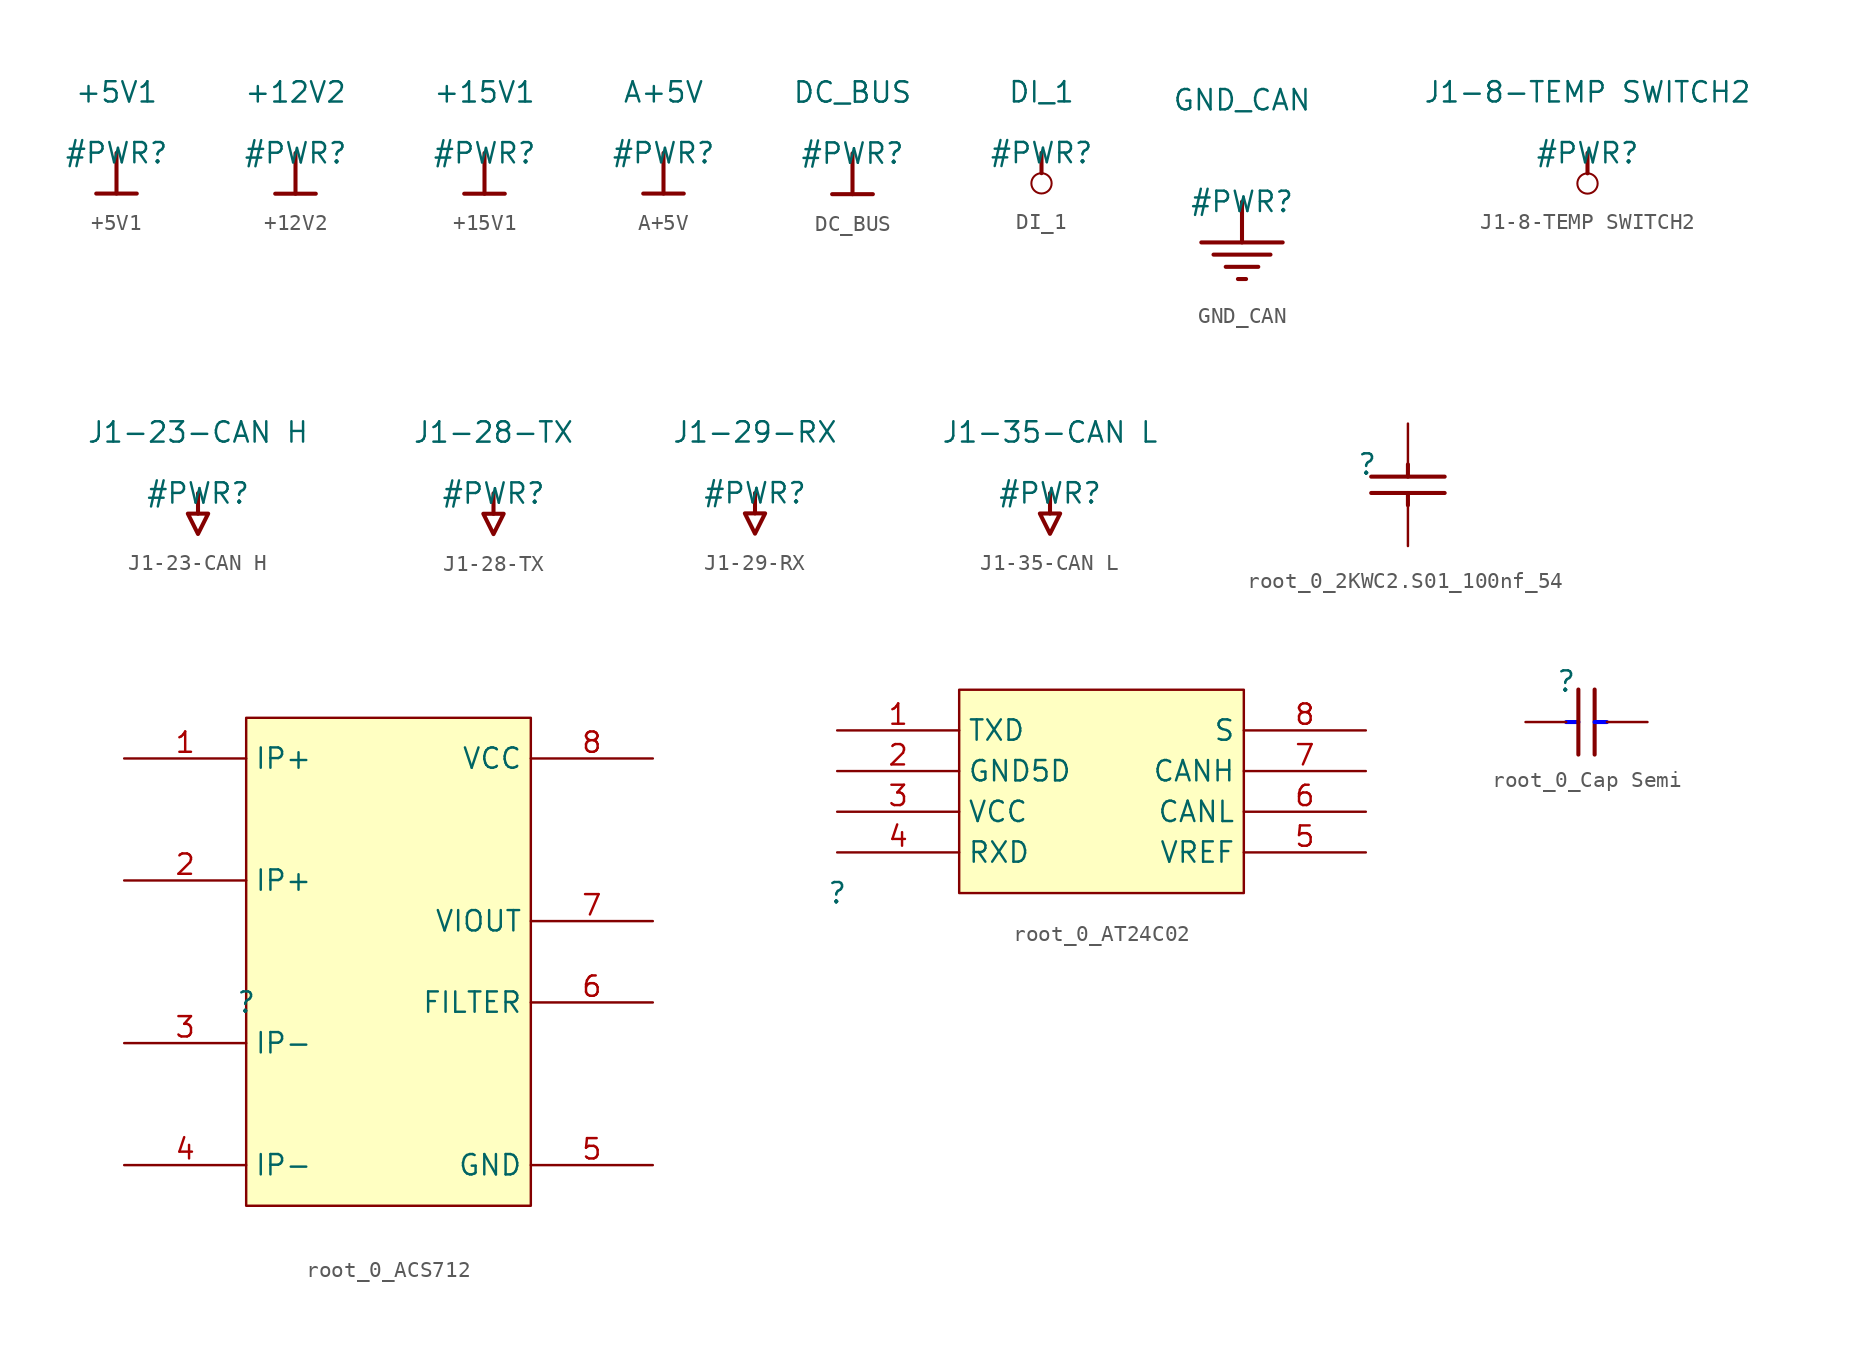
<source format=kicad_sym>
(kicad_symbol_lib
  (version 20220914)
  (generator kicad_symbol_editor)
  (symbol "+5V1"
    (power)
    (property "Reference" "#PWR"
      (at 0 0 0)
      (effects (font (size 1.27 1.27))))
    (property "Value" "+5V1"
      (at 0 3.81 0)
      (effects (font (size 1.27 1.27))))
    (symbol "+5V1_0_0"
      (polyline (pts (xy -1.27 -2.54) (xy 1.27 -2.54)) (stroke (width 0.254) (type solid)) (fill (type none)))
      (polyline (pts (xy 0 0) (xy 0 -2.54)) (stroke (width 0.254) (type solid)) (fill (type none)))
      (pin power_in line (at 0 0 0) (length 0) hide (name "+5V1" (effects (font (size 1.27 1.27)))) (number "" (effects (font (size 1.27 1.27)))))))
  (symbol "+12V2"
    (power)
    (property "Reference" "#PWR"
      (at 0 0 0)
      (effects (font (size 1.27 1.27))))
    (property "Value" "+12V2"
      (at 0 3.81 0)
      (effects (font (size 1.27 1.27))))
    (symbol "+12V2_0_0"
      (polyline (pts (xy -1.27 -2.54) (xy 1.27 -2.54)) (stroke (width 0.254) (type solid)) (fill (type none)))
      (polyline (pts (xy 0 0) (xy 0 -2.54)) (stroke (width 0.254) (type solid)) (fill (type none)))
      (pin power_in line (at 0 0 0) (length 0) hide (name "+12V2" (effects (font (size 1.27 1.27)))) (number "" (effects (font (size 1.27 1.27)))))))
  (symbol "+15V1"
    (power)
    (property "Reference" "#PWR"
      (at 0 0 0)
      (effects (font (size 1.27 1.27))))
    (property "Value" "+15V1"
      (at 0 3.81 0)
      (effects (font (size 1.27 1.27))))
    (symbol "+15V1_0_0"
      (polyline (pts (xy -1.27 -2.54) (xy 1.27 -2.54)) (stroke (width 0.254) (type solid)) (fill (type none)))
      (polyline (pts (xy 0 0) (xy 0 -2.54)) (stroke (width 0.254) (type solid)) (fill (type none)))
      (pin power_in line (at 0 0 0) (length 0) hide (name "+15V1" (effects (font (size 1.27 1.27)))) (number "" (effects (font (size 1.27 1.27)))))))
  (symbol "A+5V"
    (power)
    (property "Reference" "#PWR"
      (at 0 0 0)
      (effects (font (size 1.27 1.27))))
    (property "Value" "A+5V"
      (at 0 3.81 0)
      (effects (font (size 1.27 1.27))))
    (symbol "A+5V_0_0"
      (polyline (pts (xy -1.27 -2.54) (xy 1.27 -2.54)) (stroke (width 0.254) (type solid)) (fill (type none)))
      (polyline (pts (xy 0 0) (xy 0 -2.54)) (stroke (width 0.254) (type solid)) (fill (type none)))
      (pin power_in line (at 0 0 0) (length 0) hide (name "A+5V" (effects (font (size 1.27 1.27)))) (number "" (effects (font (size 1.27 1.27)))))))
  (symbol "DC_BUS"
    (power)
    (property "Reference" "#PWR"
      (at 0 0 0)
      (effects (font (size 1.27 1.27))))
    (property "Value" "DC_BUS"
      (at 0 3.81 0)
      (effects (font (size 1.27 1.27))))
    (symbol "DC_BUS_0_0"
      (polyline (pts (xy -1.27 -2.54) (xy 1.27 -2.54)) (stroke (width 0.254) (type solid)) (fill (type none)))
      (polyline (pts (xy 0 0) (xy 0 -2.54)) (stroke (width 0.254) (type solid)) (fill (type none)))
      (pin power_in line (at 0 0 0) (length 0) hide (name "DC_BUS" (effects (font (size 1.27 1.27)))) (number "" (effects (font (size 1.27 1.27)))))))
  (symbol "DI_1"
    (power)
    (property "Reference" "#PWR"
      (at 0 0 0)
      (effects (font (size 1.27 1.27))))
    (property "Value" "DI_1"
      (at 0 3.81 0)
      (effects (font (size 1.27 1.27))))
    (symbol "DI_1_0_0"
      (circle (center 0 -1.905) (radius 0.635) (stroke (width 0.127) (type solid)) (fill (type none)))
      (polyline (pts (xy 0 0) (xy 0 -1.27)) (stroke (width 0.254) (type solid)) (fill (type none)))
      (pin power_in line (at 0 0 0) (length 0) hide (name "DI_1" (effects (font (size 1.27 1.27)))) (number "" (effects (font (size 1.27 1.27)))))))
  (symbol "GND_CAN"
    (power)
    (property "Reference" "#PWR"
      (at 0 0 0)
      (effects (font (size 1.27 1.27))))
    (property "Value" "GND_CAN"
      (at 0 6.35 0)
      (effects (font (size 1.27 1.27))))
    (symbol "GND_CAN_0_0"
      (polyline (pts (xy -2.54 -2.54) (xy 2.54 -2.54)) (stroke (width 0.254) (type solid)) (fill (type none)))
      (polyline (pts (xy -1.778 -3.302) (xy 1.778 -3.302)) (stroke (width 0.254) (type solid)) (fill (type none)))
      (polyline (pts (xy -1.016 -4.064) (xy 1.016 -4.064)) (stroke (width 0.254) (type solid)) (fill (type none)))
      (polyline (pts (xy -0.254 -4.826) (xy 0.254 -4.826)) (stroke (width 0.254) (type solid)) (fill (type none)))
      (polyline (pts (xy 0 0) (xy 0 -2.54)) (stroke (width 0.254) (type solid)) (fill (type none)))
      (pin power_in line (at 0 0 0) (length 0) hide (name "GND_CAN" (effects (font (size 1.27 1.27)))) (number "" (effects (font (size 1.27 1.27)))))))
  (symbol "J1-8-TEMP SWITCH2"
    (power)
    (property "Reference" "#PWR"
      (at 0 0 0)
      (effects (font (size 1.27 1.27))))
    (property "Value" "J1-8-TEMP SWITCH2"
      (at 0 3.81 0)
      (effects (font (size 1.27 1.27))))
    (symbol "J1-8-TEMP SWITCH2_0_0"
      (circle (center 0 -1.905) (radius 0.635) (stroke (width 0.127) (type solid)) (fill (type none)))
      (polyline (pts (xy 0 0) (xy 0 -1.27)) (stroke (width 0.254) (type solid)) (fill (type none)))
      (pin power_in line (at 0 0 0) (length 0) hide (name "J1-8-TEMP_SWITCH2" (effects (font (size 1.27 1.27)))) (number "" (effects (font (size 1.27 1.27)))))))
  (symbol "J1-23-CAN H"
    (power)
    (property "Reference" "#PWR"
      (at 0 0 0)
      (effects (font (size 1.27 1.27))))
    (property "Value" "J1-23-CAN H"
      (at 0 3.81 0)
      (effects (font (size 1.27 1.27))))
    (symbol "J1-23-CAN H_0_0"
      (polyline (pts (xy 0 0) (xy 0 -1.27)) (stroke (width 0.254) (type solid)) (fill (type none)))
      (polyline (pts (xy -0.635 -1.27) (xy 0.635 -1.27) (xy 0 -2.54) (xy -0.635 -1.27)) (stroke (width 0.254) (type solid)) (fill (type none)))
      (pin power_in line (at 0 0 0) (length 0) hide (name "J1-23-CAN_H" (effects (font (size 1.27 1.27)))) (number "" (effects (font (size 1.27 1.27)))))))
  (symbol "J1-28-TX"
    (power)
    (property "Reference" "#PWR"
      (at 0 0 0)
      (effects (font (size 1.27 1.27))))
    (property "Value" "J1-28-TX"
      (at 0 3.81 0)
      (effects (font (size 1.27 1.27))))
    (symbol "J1-28-TX_0_0"
      (polyline (pts (xy 0 0) (xy 0 -1.27)) (stroke (width 0.254) (type solid)) (fill (type none)))
      (polyline (pts (xy -0.635 -1.27) (xy 0.635 -1.27) (xy 0 -2.54) (xy -0.635 -1.27)) (stroke (width 0.254) (type solid)) (fill (type none)))
      (pin power_in line (at 0 0 0) (length 0) hide (name "J1-28-TX" (effects (font (size 1.27 1.27)))) (number "" (effects (font (size 1.27 1.27)))))))
  (symbol "J1-29-RX"
    (power)
    (property "Reference" "#PWR"
      (at 0 0 0)
      (effects (font (size 1.27 1.27))))
    (property "Value" "J1-29-RX"
      (at 0 3.81 0)
      (effects (font (size 1.27 1.27))))
    (symbol "J1-29-RX_0_0"
      (polyline (pts (xy 0 0) (xy 0 -1.27)) (stroke (width 0.254) (type solid)) (fill (type none)))
      (polyline (pts (xy -0.635 -1.27) (xy 0.635 -1.27) (xy 0 -2.54) (xy -0.635 -1.27)) (stroke (width 0.254) (type solid)) (fill (type none)))
      (pin power_in line (at 0 0 0) (length 0) hide (name "J1-29-RX" (effects (font (size 1.27 1.27)))) (number "" (effects (font (size 1.27 1.27)))))))
  (symbol "J1-35-CAN L"
    (power)
    (property "Reference" "#PWR"
      (at 0 0 0)
      (effects (font (size 1.27 1.27))))
    (property "Value" "J1-35-CAN L"
      (at 0 3.81 0)
      (effects (font (size 1.27 1.27))))
    (symbol "J1-35-CAN L_0_0"
      (polyline (pts (xy 0 0) (xy 0 -1.27)) (stroke (width 0.254) (type solid)) (fill (type none)))
      (polyline (pts (xy -0.635 -1.27) (xy 0.635 -1.27) (xy 0 -2.54) (xy -0.635 -1.27)) (stroke (width 0.254) (type solid)) (fill (type none)))
      (pin power_in line (at 0 0 0) (length 0) hide (name "J1-35-CAN_L" (effects (font (size 1.27 1.27)))) (number "" (effects (font (size 1.27 1.27)))))))
  (symbol "root_0_2KWC2.S01_100nf_54"
    (property "Reference" ""
      (at 0 0 0)
      (effects (font (size 1.27 1.27))))
    (property "Value" ""
      (at 0 0 0)
      (effects (font (size 1.27 1.27))))
    (symbol "root_0_2KWC2.S01_100nf_54_1_0"
      (polyline (pts (xy 0.254 -1.778) (xy 4.826 -1.778)) (stroke (width 0.254) (type solid)) (fill (type none)))
      (polyline (pts (xy 0.254 -0.762) (xy 4.826 -0.762)) (stroke (width 0.254) (type solid)) (fill (type none)))
      (polyline (pts (xy 2.54 -1.778) (xy 2.54 -2.54)) (stroke (width 0.254) (type solid)) (fill (type none)))
      (polyline (pts (xy 2.54 0) (xy 2.54 -0.762)) (stroke (width 0.254) (type solid)) (fill (type none)))
      (pin passive line (at 2.54 2.54 270) (length 2.54) (name "" (effects (font (size 0 0)))) (number "1" (effects (font (size 0 0)))))
      (pin passive line (at 2.54 -5.08 90) (length 2.54) (name "" (effects (font (size 0 0)))) (number "2" (effects (font (size 0 0)))))))
  (symbol "root_0_ACS712"
    (property "Reference" ""
      (at 0 0 0)
      (effects (font (size 1.27 1.27))))
    (property "Value" ""
      (at 0 0 0)
      (effects (font (size 1.27 1.27))))
    (symbol "root_0_ACS712_1_0"
      (rectangle (start 17.78 17.78) (end 0 -12.7) (stroke (width 0) (type solid)) (fill (type background)))
      (pin passive line (at -7.62 15.24 0) (length 7.62) (name "IP+" (effects (font (size 1.27 1.27)))) (number "1" (effects (font (size 1.27 1.27)))))
      (pin passive line (at -7.62 7.62 0) (length 7.62) (name "IP+" (effects (font (size 1.27 1.27)))) (number "2" (effects (font (size 1.27 1.27)))))
      (pin passive line (at -7.62 -2.54 0) (length 7.62) (name "IP-" (effects (font (size 1.27 1.27)))) (number "3" (effects (font (size 1.27 1.27)))))
      (pin passive line (at -7.62 -10.16 0) (length 7.62) (name "IP-" (effects (font (size 1.27 1.27)))) (number "4" (effects (font (size 1.27 1.27)))))
      (pin passive line (at 25.4 -10.16 180) (length 7.62) (name "GND" (effects (font (size 1.27 1.27)))) (number "5" (effects (font (size 1.27 1.27)))))
      (pin passive line (at 25.4 0 180) (length 7.62) (name "FILTER" (effects (font (size 1.27 1.27)))) (number "6" (effects (font (size 1.27 1.27)))))
      (pin passive line (at 25.4 5.08 180) (length 7.62) (name "VIOUT" (effects (font (size 1.27 1.27)))) (number "7" (effects (font (size 1.27 1.27)))))
      (pin passive line (at 25.4 15.24 180) (length 7.62) (name "VCC" (effects (font (size 1.27 1.27)))) (number "8" (effects (font (size 1.27 1.27)))))))
  (symbol "root_0_AT24C02"
    (property "Reference" ""
      (at 0 0 0)
      (effects (font (size 1.27 1.27))))
    (property "Value" ""
      (at 0 0 0)
      (effects (font (size 1.27 1.27))))
    (symbol "root_0_AT24C02_1_0"
      (rectangle (start 25.4 12.7) (end 7.62 0) (stroke (width 0) (type solid)) (fill (type background)))
      (pin passive line (at 0 10.16 0) (length 7.62) (name "TXD" (effects (font (size 1.27 1.27)))) (number "1" (effects (font (size 1.27 1.27)))))
      (pin passive line (at 0 7.62 0) (length 7.62) (name "GND5D" (effects (font (size 1.27 1.27)))) (number "2" (effects (font (size 1.27 1.27)))))
      (pin power_in line (at 0 5.08 0) (length 7.62) (name "VCC" (effects (font (size 1.27 1.27)))) (number "3" (effects (font (size 1.27 1.27)))))
      (pin passive line (at 0 2.54 0) (length 7.62) (name "RXD" (effects (font (size 1.27 1.27)))) (number "4" (effects (font (size 1.27 1.27)))))
      (pin passive line (at 33.02 2.54 180) (length 7.62) (name "VREF" (effects (font (size 1.27 1.27)))) (number "5" (effects (font (size 1.27 1.27)))))
      (pin output line (at 33.02 5.08 180) (length 7.62) (name "CANL" (effects (font (size 1.27 1.27)))) (number "6" (effects (font (size 1.27 1.27)))))
      (pin output line (at 33.02 7.62 180) (length 7.62) (name "CANH" (effects (font (size 1.27 1.27)))) (number "7" (effects (font (size 1.27 1.27)))))
      (pin passive line (at 33.02 10.16 180) (length 7.62) (name "S" (effects (font (size 1.27 1.27)))) (number "8" (effects (font (size 1.27 1.27)))))))
  (symbol "root_0_Cap Semi"
    (property "Reference" ""
      (at 0 0 0)
      (effects (font (size 1.27 1.27))))
    (property "Value" ""
      (at 0 0 0)
      (effects (font (size 1.27 1.27))))
    (symbol "root_0_Cap Semi_1_0"
      (polyline (pts (xy 0 -2.54) (xy 0.762 -2.54)) (stroke (width 0.254) (type solid) (color 0 0 255 1)) (fill (type none)))
      (polyline (pts (xy 0.762 -4.572) (xy 0.762 -0.508)) (stroke (width 0.254) (type solid)) (fill (type none)))
      (polyline (pts (xy 1.778 -0.508) (xy 1.778 -4.572)) (stroke (width 0.254) (type solid)) (fill (type none)))
      (polyline (pts (xy 2.54 -2.54) (xy 1.778 -2.54)) (stroke (width 0.254) (type solid) (color 0 0 255 1)) (fill (type none)))
      (pin passive line (at -2.54 -2.54 0) (length 2.54) (name "1" (effects (font (size 0 0)))) (number "1" (effects (font (size 0 0)))))
      (pin passive line (at 5.08 -2.54 180) (length 2.54) (name "2" (effects (font (size 0 0)))) (number "2" (effects (font (size 0 0))))))))
</source>
